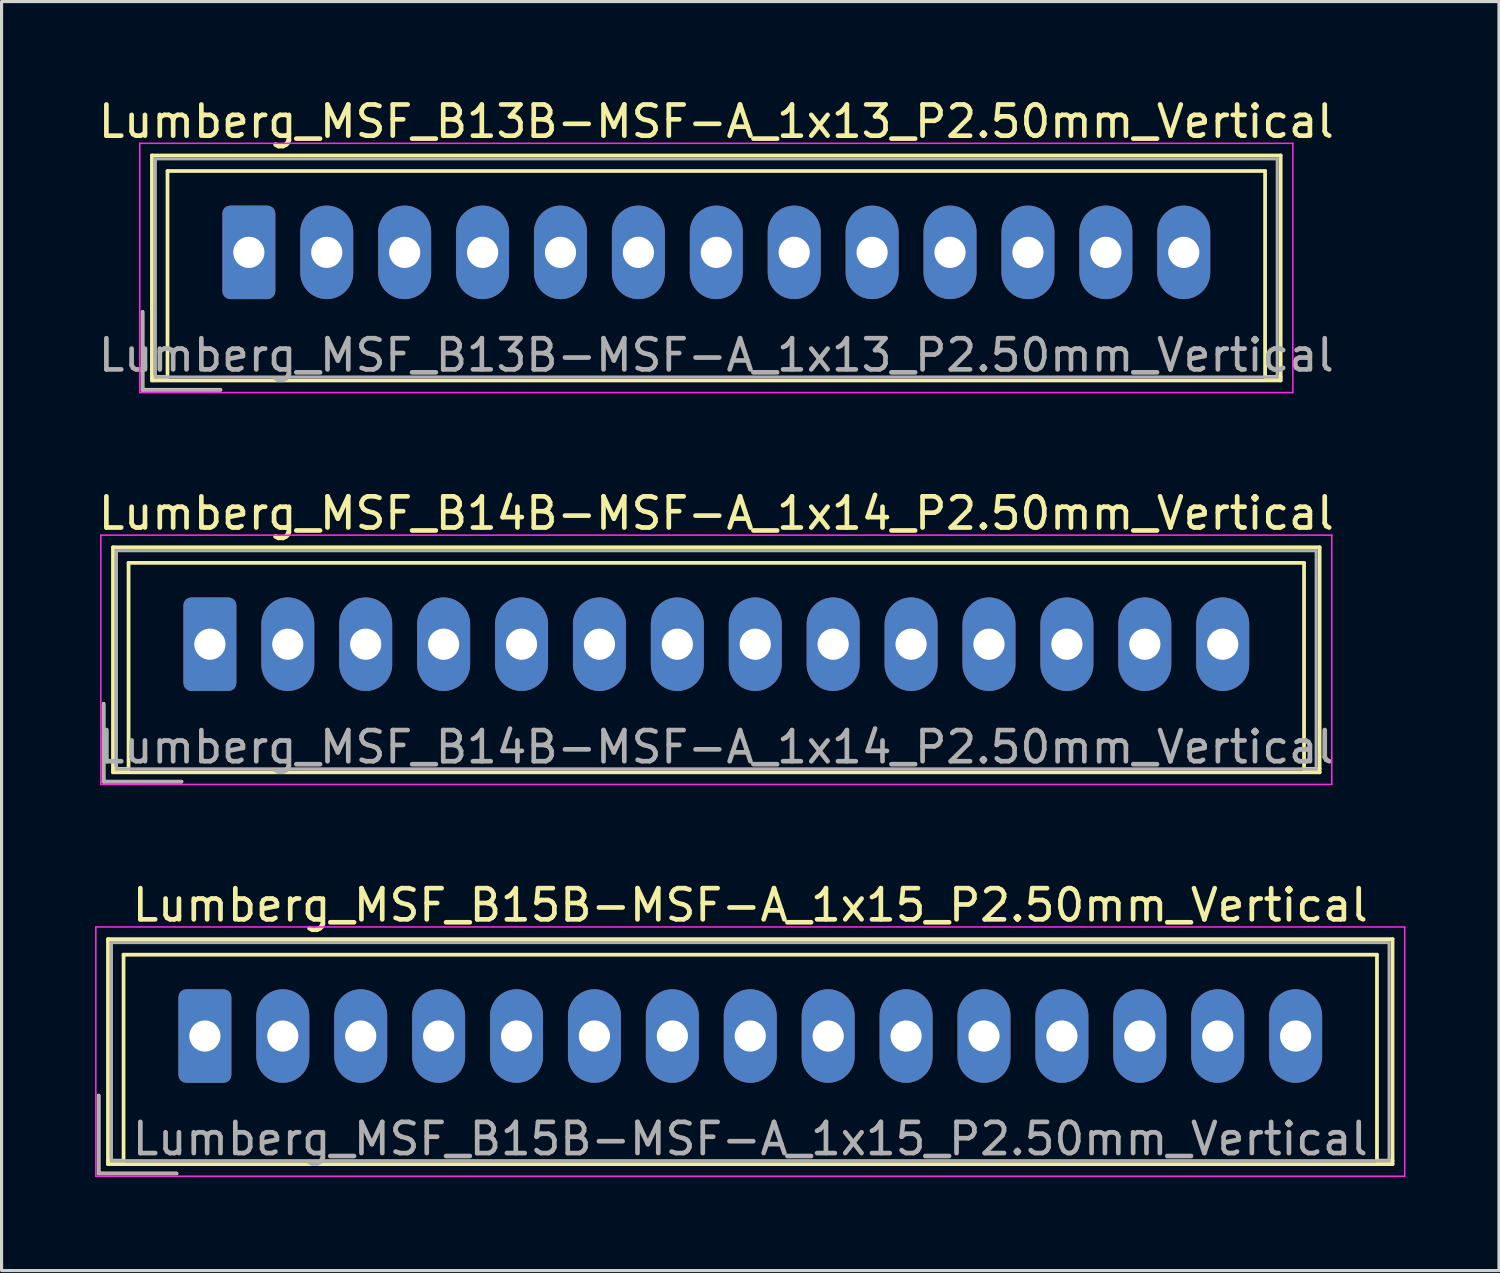
<source format=kicad_pcb>
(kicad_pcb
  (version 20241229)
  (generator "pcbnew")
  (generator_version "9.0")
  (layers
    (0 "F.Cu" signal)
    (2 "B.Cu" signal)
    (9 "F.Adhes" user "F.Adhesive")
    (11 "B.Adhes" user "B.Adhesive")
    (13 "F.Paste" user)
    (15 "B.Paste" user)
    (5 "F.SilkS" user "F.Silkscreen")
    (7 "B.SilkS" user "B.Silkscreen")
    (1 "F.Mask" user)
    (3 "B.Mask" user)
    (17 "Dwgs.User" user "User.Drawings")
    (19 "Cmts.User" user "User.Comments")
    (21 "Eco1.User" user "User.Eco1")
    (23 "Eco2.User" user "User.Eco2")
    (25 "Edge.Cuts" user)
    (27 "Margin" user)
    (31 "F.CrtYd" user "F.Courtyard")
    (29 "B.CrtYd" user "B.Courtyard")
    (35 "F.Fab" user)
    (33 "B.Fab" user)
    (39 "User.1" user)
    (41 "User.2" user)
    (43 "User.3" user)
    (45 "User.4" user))
  (footprint "Lumberg_MSF_B15B-MSF-A_1x15_P2.50mm_Vertical"
    (layer "F.Cu")
    (at 3.525 30.195)
    (property "Reference" "Lumberg_MSF_B15B-MSF-A_1x15_P2.50mm_Vertical" (at 17.5 -4.2 0) (layer "F.SilkS") (effects (font (size 1 1) (thickness 0.15))))
    (attr through_hole)
    (fp_line (start -3.41 1.91) (end -3.41 4.41) (stroke (width 0.12) (type solid)) (layer "F.SilkS"))
    (fp_line (start -3.41 4.41) (end -0.91 4.41) (stroke (width 0.12) (type solid)) (layer "F.SilkS"))
    (fp_line (start -3.11 -3.11) (end -3.11 4.11) (stroke (width 0.12) (type solid)) (layer "F.SilkS"))
    (fp_line (start -3.11 4) (end -2.61 4) (stroke (width 0.12) (type solid)) (layer "F.SilkS"))
    (fp_line (start -3.11 4.11) (end 38.11 4.11) (stroke (width 0.12) (type solid)) (layer "F.SilkS"))
    (fp_line (start -2.61 -2.61) (end 37.61 -2.61) (stroke (width 0.12) (type solid)) (layer "F.SilkS"))
    (fp_line (start -2.61 4) (end -2.61 -2.61) (stroke (width 0.12) (type solid)) (layer "F.SilkS"))
    (fp_line (start 37.61 -2.61) (end 37.61 4) (stroke (width 0.12) (type solid)) (layer "F.SilkS"))
    (fp_line (start 37.61 4) (end 38.11 4) (stroke (width 0.12) (type solid)) (layer "F.SilkS"))
    (fp_line (start 38.11 -3.11) (end -3.11 -3.11) (stroke (width 0.12) (type solid)) (layer "F.SilkS"))
    (fp_line (start 38.11 4.11) (end 38.11 -3.11) (stroke (width 0.12) (type solid)) (layer "F.SilkS"))
    (fp_line (start -3.5 -3.5) (end -3.5 4.5) (stroke (width 0.05) (type solid)) (layer "F.CrtYd"))
    (fp_line (start -3.5 4.5) (end 38.5 4.5) (stroke (width 0.05) (type solid)) (layer "F.CrtYd"))
    (fp_line (start 38.5 -3.5) (end -3.5 -3.5) (stroke (width 0.05) (type solid)) (layer "F.CrtYd"))
    (fp_line (start 38.5 4.5) (end 38.5 -3.5) (stroke (width 0.05) (type solid)) (layer "F.CrtYd"))
    (fp_line (start -3.41 1.91) (end -3.41 4.41) (stroke (width 0.1) (type solid)) (layer "F.Fab"))
    (fp_line (start -3.41 4.41) (end -0.91 4.41) (stroke (width 0.1) (type solid)) (layer "F.Fab"))
    (fp_line (start -3 -3) (end -3 4) (stroke (width 0.1) (type solid)) (layer "F.Fab"))
    (fp_line (start -3 4) (end 38 4) (stroke (width 0.1) (type solid)) (layer "F.Fab"))
    (fp_line (start 38 -3) (end -3 -3) (stroke (width 0.1) (type solid)) (layer "F.Fab"))
    (fp_line (start 38 4) (end 38 -3) (stroke (width 0.1) (type solid)) (layer "F.Fab"))
    (fp_text user "${REFERENCE}" (at 17.5 3.3 0) (layer "F.Fab") (effects (font (size 1 1) (thickness 0.15))))
    (pad "1" thru_hole roundrect (at 0 0) (size 1.7 3) (drill 1) (layers "*.Cu" "*.Mask") (roundrect_rratio 0.147))
    (pad "2" thru_hole oval (at 2.5 0) (size 1.7 3) (drill 1) (layers "*.Cu" "*.Mask"))
    (pad "3" thru_hole oval (at 5 0) (size 1.7 3) (drill 1) (layers "*.Cu" "*.Mask"))
    (pad "4" thru_hole oval (at 7.5 0) (size 1.7 3) (drill 1) (layers "*.Cu" "*.Mask"))
    (pad "5" thru_hole oval (at 10 0) (size 1.7 3) (drill 1) (layers "*.Cu" "*.Mask"))
    (pad "6" thru_hole oval (at 12.5 0) (size 1.7 3) (drill 1) (layers "*.Cu" "*.Mask"))
    (pad "7" thru_hole oval (at 15 0) (size 1.7 3) (drill 1) (layers "*.Cu" "*.Mask"))
    (pad "8" thru_hole oval (at 17.5 0) (size 1.7 3) (drill 1) (layers "*.Cu" "*.Mask"))
    (pad "9" thru_hole oval (at 20 0) (size 1.7 3) (drill 1) (layers "*.Cu" "*.Mask"))
    (pad "10" thru_hole oval (at 22.5 0) (size 1.7 3) (drill 1) (layers "*.Cu" "*.Mask"))
    (pad "11" thru_hole oval (at 25 0) (size 1.7 3) (drill 1) (layers "*.Cu" "*.Mask"))
    (pad "12" thru_hole oval (at 27.5 0) (size 1.7 3) (drill 1) (layers "*.Cu" "*.Mask"))
    (pad "13" thru_hole oval (at 30 0) (size 1.7 3) (drill 1) (layers "*.Cu" "*.Mask"))
    (pad "14" thru_hole oval (at 32.5 0) (size 1.7 3) (drill 1) (layers "*.Cu" "*.Mask"))
    (pad "15" thru_hole oval (at 35 0) (size 1.7 3) (drill 1) (layers "*.Cu" "*.Mask")))
  (footprint "Lumberg_MSF_B13B-MSF-A_1x13_P2.50mm_Vertical"
    (layer "F.Cu")
    (at 4.935 5.048)
    (property "Reference" "Lumberg_MSF_B13B-MSF-A_1x13_P2.50mm_Vertical" (at 15 -4.2 0) (layer "F.SilkS") (effects (font (size 1 1) (thickness 0.15))))
    (attr through_hole)
    (fp_line (start -3.41 1.91) (end -3.41 4.41) (stroke (width 0.12) (type solid)) (layer "F.SilkS"))
    (fp_line (start -3.41 4.41) (end -0.91 4.41) (stroke (width 0.12) (type solid)) (layer "F.SilkS"))
    (fp_line (start -3.11 -3.11) (end -3.11 4.11) (stroke (width 0.12) (type solid)) (layer "F.SilkS"))
    (fp_line (start -3.11 4) (end -2.61 4) (stroke (width 0.12) (type solid)) (layer "F.SilkS"))
    (fp_line (start -3.11 4.11) (end 33.11 4.11) (stroke (width 0.12) (type solid)) (layer "F.SilkS"))
    (fp_line (start -2.61 -2.61) (end 32.61 -2.61) (stroke (width 0.12) (type solid)) (layer "F.SilkS"))
    (fp_line (start -2.61 4) (end -2.61 -2.61) (stroke (width 0.12) (type solid)) (layer "F.SilkS"))
    (fp_line (start 32.61 -2.61) (end 32.61 4) (stroke (width 0.12) (type solid)) (layer "F.SilkS"))
    (fp_line (start 32.61 4) (end 33.11 4) (stroke (width 0.12) (type solid)) (layer "F.SilkS"))
    (fp_line (start 33.11 -3.11) (end -3.11 -3.11) (stroke (width 0.12) (type solid)) (layer "F.SilkS"))
    (fp_line (start 33.11 4.11) (end 33.11 -3.11) (stroke (width 0.12) (type solid)) (layer "F.SilkS"))
    (fp_line (start -3.5 -3.5) (end -3.5 4.5) (stroke (width 0.05) (type solid)) (layer "F.CrtYd"))
    (fp_line (start -3.5 4.5) (end 33.5 4.5) (stroke (width 0.05) (type solid)) (layer "F.CrtYd"))
    (fp_line (start 33.5 -3.5) (end -3.5 -3.5) (stroke (width 0.05) (type solid)) (layer "F.CrtYd"))
    (fp_line (start 33.5 4.5) (end 33.5 -3.5) (stroke (width 0.05) (type solid)) (layer "F.CrtYd"))
    (fp_line (start -3.41 1.91) (end -3.41 4.41) (stroke (width 0.1) (type solid)) (layer "F.Fab"))
    (fp_line (start -3.41 4.41) (end -0.91 4.41) (stroke (width 0.1) (type solid)) (layer "F.Fab"))
    (fp_line (start -3 -3) (end -3 4) (stroke (width 0.1) (type solid)) (layer "F.Fab"))
    (fp_line (start -3 4) (end 33 4) (stroke (width 0.1) (type solid)) (layer "F.Fab"))
    (fp_line (start 33 -3) (end -3 -3) (stroke (width 0.1) (type solid)) (layer "F.Fab"))
    (fp_line (start 33 4) (end 33 -3) (stroke (width 0.1) (type solid)) (layer "F.Fab"))
    (fp_text user "${REFERENCE}" (at 15 3.3 0) (layer "F.Fab") (effects (font (size 1 1) (thickness 0.15))))
    (pad "1" thru_hole roundrect (at 0 0) (size 1.7 3) (drill 1) (layers "*.Cu" "*.Mask") (roundrect_rratio 0.147))
    (pad "2" thru_hole oval (at 2.5 0) (size 1.7 3) (drill 1) (layers "*.Cu" "*.Mask"))
    (pad "3" thru_hole oval (at 5 0) (size 1.7 3) (drill 1) (layers "*.Cu" "*.Mask"))
    (pad "4" thru_hole oval (at 7.5 0) (size 1.7 3) (drill 1) (layers "*.Cu" "*.Mask"))
    (pad "5" thru_hole oval (at 10 0) (size 1.7 3) (drill 1) (layers "*.Cu" "*.Mask"))
    (pad "6" thru_hole oval (at 12.5 0) (size 1.7 3) (drill 1) (layers "*.Cu" "*.Mask"))
    (pad "7" thru_hole oval (at 15 0) (size 1.7 3) (drill 1) (layers "*.Cu" "*.Mask"))
    (pad "8" thru_hole oval (at 17.5 0) (size 1.7 3) (drill 1) (layers "*.Cu" "*.Mask"))
    (pad "9" thru_hole oval (at 20 0) (size 1.7 3) (drill 1) (layers "*.Cu" "*.Mask"))
    (pad "10" thru_hole oval (at 22.5 0) (size 1.7 3) (drill 1) (layers "*.Cu" "*.Mask"))
    (pad "11" thru_hole oval (at 25 0) (size 1.7 3) (drill 1) (layers "*.Cu" "*.Mask"))
    (pad "12" thru_hole oval (at 27.5 0) (size 1.7 3) (drill 1) (layers "*.Cu" "*.Mask"))
    (pad "13" thru_hole oval (at 30 0) (size 1.7 3) (drill 1) (layers "*.Cu" "*.Mask")))
  (footprint "Lumberg_MSF_B14B-MSF-A_1x14_P2.50mm_Vertical"
    (layer "F.Cu")
    (at 3.685 17.622)
    (property "Reference" "Lumberg_MSF_B14B-MSF-A_1x14_P2.50mm_Vertical" (at 16.25 -4.2 0) (layer "F.SilkS") (effects (font (size 1 1) (thickness 0.15))))
    (attr through_hole)
    (fp_line (start -3.41 1.91) (end -3.41 4.41) (stroke (width 0.12) (type solid)) (layer "F.SilkS"))
    (fp_line (start -3.41 4.41) (end -0.91 4.41) (stroke (width 0.12) (type solid)) (layer "F.SilkS"))
    (fp_line (start -3.11 -3.11) (end -3.11 4.11) (stroke (width 0.12) (type solid)) (layer "F.SilkS"))
    (fp_line (start -3.11 4) (end -2.61 4) (stroke (width 0.12) (type solid)) (layer "F.SilkS"))
    (fp_line (start -3.11 4.11) (end 35.61 4.11) (stroke (width 0.12) (type solid)) (layer "F.SilkS"))
    (fp_line (start -2.61 -2.61) (end 35.11 -2.61) (stroke (width 0.12) (type solid)) (layer "F.SilkS"))
    (fp_line (start -2.61 4) (end -2.61 -2.61) (stroke (width 0.12) (type solid)) (layer "F.SilkS"))
    (fp_line (start 35.11 -2.61) (end 35.11 4) (stroke (width 0.12) (type solid)) (layer "F.SilkS"))
    (fp_line (start 35.11 4) (end 35.61 4) (stroke (width 0.12) (type solid)) (layer "F.SilkS"))
    (fp_line (start 35.61 -3.11) (end -3.11 -3.11) (stroke (width 0.12) (type solid)) (layer "F.SilkS"))
    (fp_line (start 35.61 4.11) (end 35.61 -3.11) (stroke (width 0.12) (type solid)) (layer "F.SilkS"))
    (fp_line (start -3.5 -3.5) (end -3.5 4.5) (stroke (width 0.05) (type solid)) (layer "F.CrtYd"))
    (fp_line (start -3.5 4.5) (end 36 4.5) (stroke (width 0.05) (type solid)) (layer "F.CrtYd"))
    (fp_line (start 36 -3.5) (end -3.5 -3.5) (stroke (width 0.05) (type solid)) (layer "F.CrtYd"))
    (fp_line (start 36 4.5) (end 36 -3.5) (stroke (width 0.05) (type solid)) (layer "F.CrtYd"))
    (fp_line (start -3.41 1.91) (end -3.41 4.41) (stroke (width 0.1) (type solid)) (layer "F.Fab"))
    (fp_line (start -3.41 4.41) (end -0.91 4.41) (stroke (width 0.1) (type solid)) (layer "F.Fab"))
    (fp_line (start -3 -3) (end -3 4) (stroke (width 0.1) (type solid)) (layer "F.Fab"))
    (fp_line (start -3 4) (end 35.5 4) (stroke (width 0.1) (type solid)) (layer "F.Fab"))
    (fp_line (start 35.5 -3) (end -3 -3) (stroke (width 0.1) (type solid)) (layer "F.Fab"))
    (fp_line (start 35.5 4) (end 35.5 -3) (stroke (width 0.1) (type solid)) (layer "F.Fab"))
    (fp_text user "${REFERENCE}" (at 16.25 3.3 0) (layer "F.Fab") (effects (font (size 1 1) (thickness 0.15))))
    (pad "1" thru_hole roundrect (at 0 0) (size 1.7 3) (drill 1) (layers "*.Cu" "*.Mask") (roundrect_rratio 0.147))
    (pad "2" thru_hole oval (at 2.5 0) (size 1.7 3) (drill 1) (layers "*.Cu" "*.Mask"))
    (pad "3" thru_hole oval (at 5 0) (size 1.7 3) (drill 1) (layers "*.Cu" "*.Mask"))
    (pad "4" thru_hole oval (at 7.5 0) (size 1.7 3) (drill 1) (layers "*.Cu" "*.Mask"))
    (pad "5" thru_hole oval (at 10 0) (size 1.7 3) (drill 1) (layers "*.Cu" "*.Mask"))
    (pad "6" thru_hole oval (at 12.5 0) (size 1.7 3) (drill 1) (layers "*.Cu" "*.Mask"))
    (pad "7" thru_hole oval (at 15 0) (size 1.7 3) (drill 1) (layers "*.Cu" "*.Mask"))
    (pad "8" thru_hole oval (at 17.5 0) (size 1.7 3) (drill 1) (layers "*.Cu" "*.Mask"))
    (pad "9" thru_hole oval (at 20 0) (size 1.7 3) (drill 1) (layers "*.Cu" "*.Mask"))
    (pad "10" thru_hole oval (at 22.5 0) (size 1.7 3) (drill 1) (layers "*.Cu" "*.Mask"))
    (pad "11" thru_hole oval (at 25 0) (size 1.7 3) (drill 1) (layers "*.Cu" "*.Mask"))
    (pad "12" thru_hole oval (at 27.5 0) (size 1.7 3) (drill 1) (layers "*.Cu" "*.Mask"))
    (pad "13" thru_hole oval (at 30 0) (size 1.7 3) (drill 1) (layers "*.Cu" "*.Mask"))
    (pad "14" thru_hole oval (at 32.5 0) (size 1.7 3) (drill 1) (layers "*.Cu" "*.Mask")))
  (gr_rect
    (start -3 -3)
    (end 45.05 37.72)
    (stroke (width 0.1) (type default))
    (fill no)
    (layer "Edge.Cuts")))
</source>
